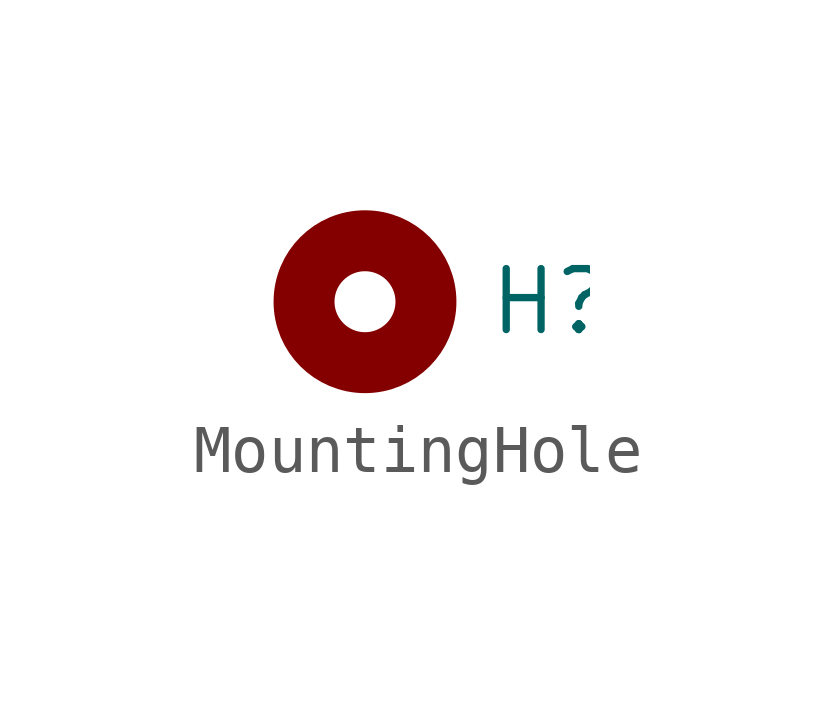
<source format=kicad_sym>
(kicad_symbol_lib
  (version 20241209)
  (generator "kicad_symbol_editor")
  (generator_version "9.0")
  (symbol "MountingHole"
    (property "Reference" "H"
      (at 2.54 0 0)
      (effects (font (size 1.27 1.27)) (justify left)))
    (symbol "MountingHole_1_1"
      (circle (center 0 0) (radius 1.27) (stroke (width 1.27) (type default)) (fill (type none))))))
</source>
